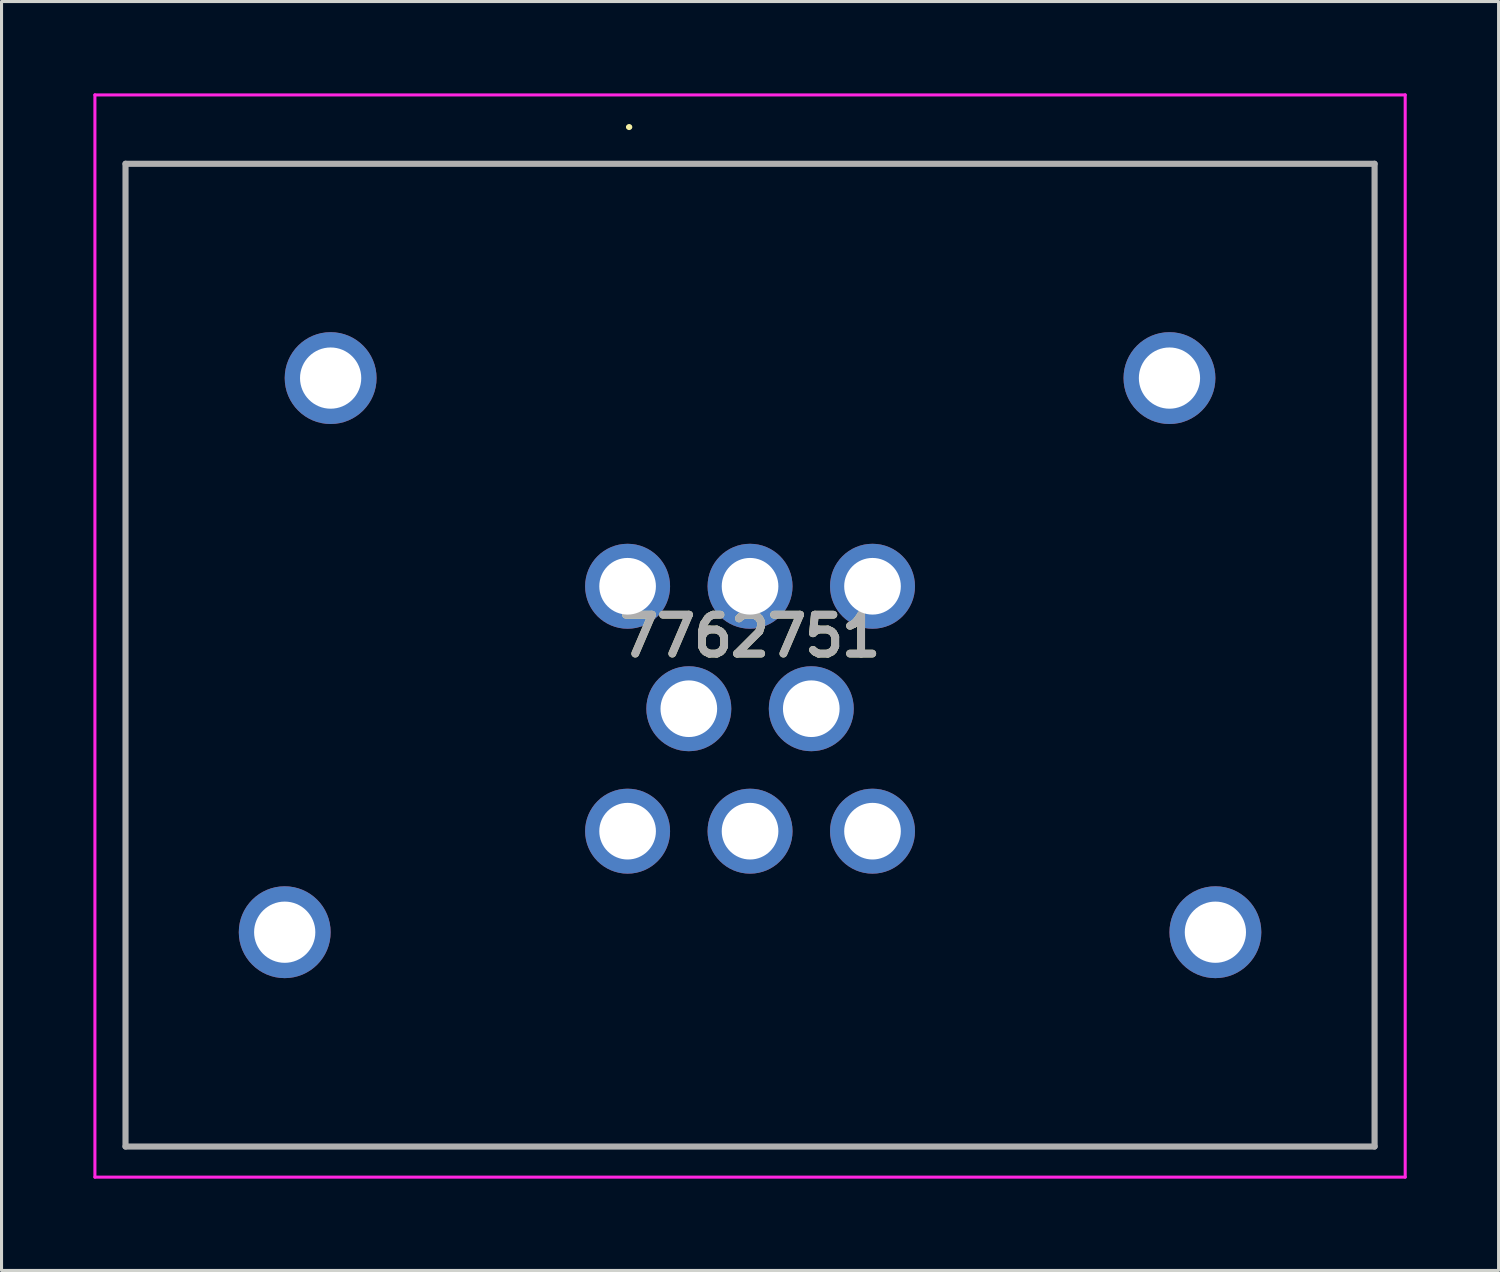
<source format=kicad_pcb>
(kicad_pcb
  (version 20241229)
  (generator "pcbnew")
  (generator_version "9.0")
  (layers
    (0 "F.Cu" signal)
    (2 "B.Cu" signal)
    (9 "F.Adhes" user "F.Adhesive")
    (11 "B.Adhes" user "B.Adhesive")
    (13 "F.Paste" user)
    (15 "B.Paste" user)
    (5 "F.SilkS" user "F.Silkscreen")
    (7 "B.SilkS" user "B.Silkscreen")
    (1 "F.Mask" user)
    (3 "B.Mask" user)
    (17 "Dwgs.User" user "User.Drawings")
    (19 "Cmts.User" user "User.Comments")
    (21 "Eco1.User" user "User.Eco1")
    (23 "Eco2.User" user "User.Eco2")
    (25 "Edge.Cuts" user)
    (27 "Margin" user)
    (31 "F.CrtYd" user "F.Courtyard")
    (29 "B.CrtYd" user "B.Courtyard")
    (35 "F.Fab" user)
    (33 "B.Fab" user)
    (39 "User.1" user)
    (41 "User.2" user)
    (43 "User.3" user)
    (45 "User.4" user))
  (footprint "7762751"
    (layer "F.Cu")
    (at 17.45 16.1)
    (property "Reference" "7762751" (at 4 1.625 0) (layer "F.SilkS") (effects (font (size 1.27 1.27) (thickness 0.254))))
    (attr through_hole)
    (fp_line (start -16.4 -13.8) (end 24.4 -13.8) (stroke (width 0.1) (type solid)) (layer "F.SilkS"))
    (fp_line (start -16.4 18.3) (end -16.4 -13.8) (stroke (width 0.1) (type solid)) (layer "F.SilkS"))
    (fp_line (start 0 -15) (end 0 -15) (stroke (width 0.1) (type solid)) (layer "F.SilkS"))
    (fp_line (start 0.1 -15) (end 0.1 -15) (stroke (width 0.1) (type solid)) (layer "F.SilkS"))
    (fp_line (start 24.4 -13.8) (end 24.4 18.3) (stroke (width 0.1) (type solid)) (layer "F.SilkS"))
    (fp_line (start 24.4 18.3) (end -16.4 18.3) (stroke (width 0.1) (type solid)) (layer "F.SilkS"))
    (fp_arc (start 0 -15) (mid 0.05 -15.05) (end 0.1 -15) (stroke (width 0.1) (type solid)) (layer "F.SilkS"))
    (fp_arc (start 0.1 -15) (mid 0.05 -14.95) (end 0 -15) (stroke (width 0.1) (type solid)) (layer "F.SilkS"))
    (fp_line (start -17.4 -16.05) (end 25.4 -16.05) (stroke (width 0.1) (type solid)) (layer "F.CrtYd"))
    (fp_line (start -17.4 19.3) (end -17.4 -16.05) (stroke (width 0.1) (type solid)) (layer "F.CrtYd"))
    (fp_line (start 25.4 -16.05) (end 25.4 19.3) (stroke (width 0.1) (type solid)) (layer "F.CrtYd"))
    (fp_line (start 25.4 19.3) (end -17.4 19.3) (stroke (width 0.1) (type solid)) (layer "F.CrtYd"))
    (fp_line (start -16.4 -13.8) (end 24.4 -13.8) (stroke (width 0.2) (type solid)) (layer "F.Fab"))
    (fp_line (start -16.4 18.3) (end -16.4 -13.8) (stroke (width 0.2) (type solid)) (layer "F.Fab"))
    (fp_line (start 24.4 -13.8) (end 24.4 18.3) (stroke (width 0.2) (type solid)) (layer "F.Fab"))
    (fp_line (start 24.4 18.3) (end -16.4 18.3) (stroke (width 0.2) (type solid)) (layer "F.Fab"))
    (fp_text user "${REFERENCE}" (at 4 1.625 0) (layer "F.Fab") (effects (font (size 1.27 1.27) (thickness 0.254))))
    (pad "1" thru_hole circle (at 0 0) (size 2.775 2.775) (drill 1.85) (layers "*.Cu" "*.Mask"))
    (pad "2" thru_hole circle (at 4 0) (size 2.775 2.775) (drill 1.85) (layers "*.Cu" "*.Mask"))
    (pad "3" thru_hole circle (at 8 0) (size 2.775 2.775) (drill 1.85) (layers "*.Cu" "*.Mask"))
    (pad "4" thru_hole circle (at 2 4) (size 2.775 2.775) (drill 1.85) (layers "*.Cu" "*.Mask"))
    (pad "5" thru_hole circle (at 6 4) (size 2.775 2.775) (drill 1.85) (layers "*.Cu" "*.Mask"))
    (pad "6" thru_hole circle (at 0 8) (size 2.775 2.775) (drill 1.85) (layers "*.Cu" "*.Mask"))
    (pad "7" thru_hole circle (at 4 8) (size 2.775 2.775) (drill 1.85) (layers "*.Cu" "*.Mask"))
    (pad "8" thru_hole circle (at 8 8) (size 2.775 2.775) (drill 1.85) (layers "*.Cu" "*.Mask"))
    (pad "MH1" thru_hole circle (at -9.7 -6.8) (size 3 3) (drill 2) (layers "*.Cu" "*.Mask"))
    (pad "MH2" thru_hole circle (at 17.7 -6.8) (size 3 3) (drill 2) (layers "*.Cu" "*.Mask"))
    (pad "MH3" thru_hole circle (at -11.2 11.3) (size 3 3) (drill 2) (layers "*.Cu" "*.Mask"))
    (pad "MH4" thru_hole circle (at 19.2 11.3) (size 3 3) (drill 2) (layers "*.Cu" "*.Mask")))
  (gr_rect
    (start -3 -3)
    (end 45.9 38.45)
    (stroke (width 0.1) (type default))
    (fill no)
    (layer "Edge.Cuts")))
</source>
